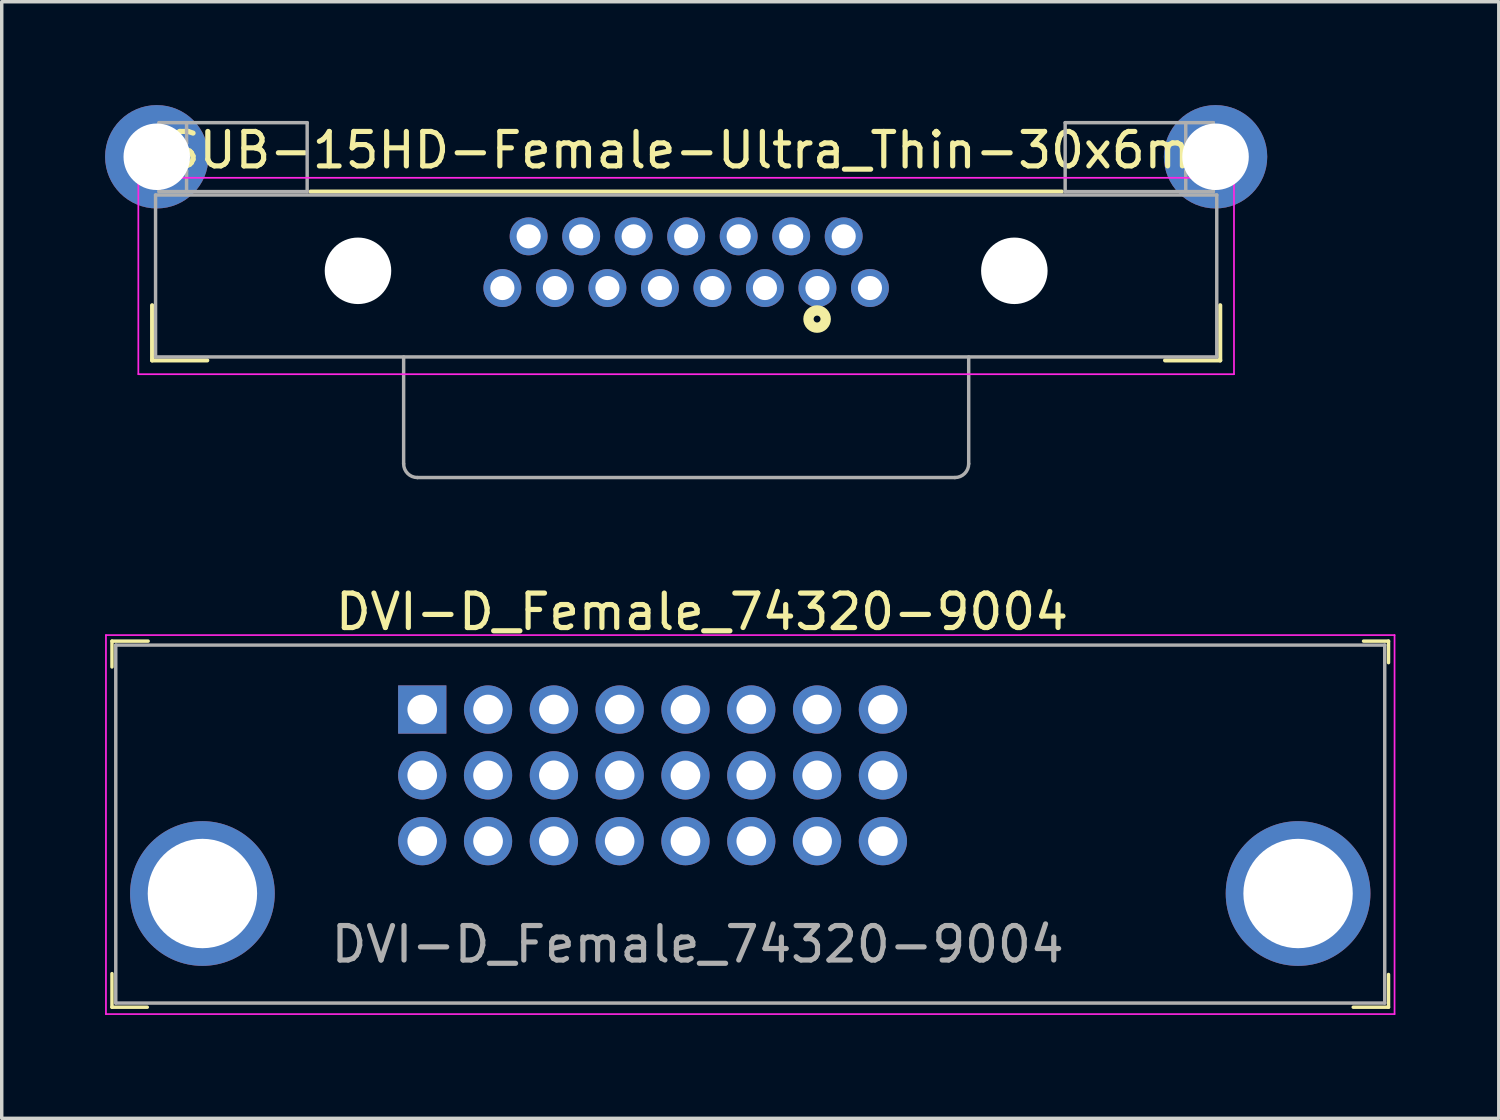
<source format=kicad_pcb>
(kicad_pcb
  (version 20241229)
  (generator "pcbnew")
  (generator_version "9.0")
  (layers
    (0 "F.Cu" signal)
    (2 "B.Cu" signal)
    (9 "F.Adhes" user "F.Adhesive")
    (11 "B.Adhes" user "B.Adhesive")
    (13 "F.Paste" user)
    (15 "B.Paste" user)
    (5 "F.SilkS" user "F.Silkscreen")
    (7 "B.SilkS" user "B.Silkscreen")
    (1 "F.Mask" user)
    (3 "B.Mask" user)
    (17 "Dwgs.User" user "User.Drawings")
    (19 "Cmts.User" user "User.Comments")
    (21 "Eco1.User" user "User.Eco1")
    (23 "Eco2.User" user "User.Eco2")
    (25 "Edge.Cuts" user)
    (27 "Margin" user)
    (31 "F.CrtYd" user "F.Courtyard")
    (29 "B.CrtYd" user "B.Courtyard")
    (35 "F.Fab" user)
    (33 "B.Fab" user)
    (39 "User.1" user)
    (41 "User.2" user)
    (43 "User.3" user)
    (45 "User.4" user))
  (footprint "DSUB-15HD-Female-Ultra_Thin-30x6mm"
    (layer "F.Cu")
    (at 16.865 4.81)
    (property "Reference" "DSUB-15HD-Female-Ultra_Thin-30x6mm" (at -0.05 -3.5 0) (layer "F.SilkS") (effects (font (size 1 1) (thickness 0.15))))
    (attr through_hole)
    (fp_line (start -15.5 2.6) (end -15.5 1) (stroke (width 0.12) (type solid)) (layer "F.SilkS"))
    (fp_line (start -13.9 2.6) (end -15.5 2.6) (stroke (width 0.12) (type solid)) (layer "F.SilkS"))
    (fp_line (start 10.9 -2.3) (end -10.9 -2.3) (stroke (width 0.12) (type solid)) (layer "F.SilkS"))
    (fp_line (start 13.9 2.6) (end 15.5 2.6) (stroke (width 0.12) (type solid)) (layer "F.SilkS"))
    (fp_line (start 15.5 2.6) (end 15.5 1) (stroke (width 0.12) (type solid)) (layer "F.SilkS"))
    (fp_circle (center 3.8 1.4) (end 3.9 1.4) (stroke (width 0.3) (type solid)) (fill no) (layer "F.SilkS"))
    (fp_line (start -15.9 -2.7) (end 15.9 -2.7) (stroke (width 0.05) (type solid)) (layer "F.CrtYd"))
    (fp_line (start -15.9 3) (end -15.9 -2.7) (stroke (width 0.05) (type solid)) (layer "F.CrtYd"))
    (fp_line (start -15.9 3) (end 15.9 3) (stroke (width 0.05) (type solid)) (layer "F.CrtYd"))
    (fp_line (start 15.9 3) (end 15.9 -2.7) (stroke (width 0.05) (type solid)) (layer "F.CrtYd"))
    (fp_line (start -16.2 -3.6) (end -16.2 -3) (stroke (width 0.1) (type solid)) (layer "F.Fab"))
    (fp_line (start -15.4 -2.2) (end 15.4 -2.2) (stroke (width 0.1) (type solid)) (layer "F.Fab"))
    (fp_line (start -15.4 2.5) (end -15.4 -2.2) (stroke (width 0.1) (type solid)) (layer "F.Fab"))
    (fp_line (start -15.4 2.5) (end 15.4 2.5) (stroke (width 0.1) (type solid)) (layer "F.Fab"))
    (fp_line (start -15.3 -4.3) (end -15.3 -2.3) (stroke (width 0.1) (type solid)) (layer "F.Fab"))
    (fp_line (start -15.3 -3.6) (end -16.2 -3.6) (stroke (width 0.1) (type solid)) (layer "F.Fab"))
    (fp_line (start -15.3 -3) (end -16.2 -3) (stroke (width 0.1) (type solid)) (layer "F.Fab"))
    (fp_line (start -15.3 -2.3) (end -11 -2.3) (stroke (width 0.1) (type solid)) (layer "F.Fab"))
    (fp_line (start -14.5 -4.3) (end -14.5 -3.7) (stroke (width 0.1) (type solid)) (layer "F.Fab"))
    (fp_line (start -14.5 -3.7) (end -15.3 -3.7) (stroke (width 0.1) (type solid)) (layer "F.Fab"))
    (fp_line (start -14.5 -2.9) (end -15.3 -2.9) (stroke (width 0.1) (type solid)) (layer "F.Fab"))
    (fp_line (start -14.5 -2.9) (end -14.5 -2.3) (stroke (width 0.1) (type solid)) (layer "F.Fab"))
    (fp_line (start -11 -4.3) (end -15.3 -4.3) (stroke (width 0.1) (type solid)) (layer "F.Fab"))
    (fp_line (start -11 -2.3) (end -11 -4.3) (stroke (width 0.1) (type solid)) (layer "F.Fab"))
    (fp_line (start -8.2 5.6) (end -8.2 2.5) (stroke (width 0.1) (type solid)) (layer "F.Fab"))
    (fp_line (start -7.8 6) (end 7.8 6) (stroke (width 0.1) (type solid)) (layer "F.Fab"))
    (fp_line (start 8.2 5.6) (end 8.2 2.5) (stroke (width 0.1) (type solid)) (layer "F.Fab"))
    (fp_line (start 11 -4.3) (end 11 -2.3) (stroke (width 0.1) (type solid)) (layer "F.Fab"))
    (fp_line (start 11 -2.3) (end 15.3 -2.3) (stroke (width 0.1) (type solid)) (layer "F.Fab"))
    (fp_line (start 14.5 -3.7) (end 14.5 -4.3) (stroke (width 0.1) (type solid)) (layer "F.Fab"))
    (fp_line (start 14.5 -3.7) (end 15.3 -3.7) (stroke (width 0.1) (type solid)) (layer "F.Fab"))
    (fp_line (start 14.5 -2.9) (end 15.3 -2.9) (stroke (width 0.1) (type solid)) (layer "F.Fab"))
    (fp_line (start 14.5 -2.3) (end 14.5 -2.9) (stroke (width 0.1) (type solid)) (layer "F.Fab"))
    (fp_line (start 15.3 -4.3) (end 11 -4.3) (stroke (width 0.1) (type solid)) (layer "F.Fab"))
    (fp_line (start 15.3 -3.6) (end 16.2 -3.6) (stroke (width 0.1) (type solid)) (layer "F.Fab"))
    (fp_line (start 15.3 -3) (end 16.2 -3) (stroke (width 0.1) (type solid)) (layer "F.Fab"))
    (fp_line (start 15.3 -2.3) (end 15.3 -4.3) (stroke (width 0.1) (type solid)) (layer "F.Fab"))
    (fp_line (start 15.4 2.5) (end 15.4 -2.2) (stroke (width 0.1) (type solid)) (layer "F.Fab"))
    (fp_line (start 16.2 -3) (end 16.2 -3.6) (stroke (width 0.1) (type solid)) (layer "F.Fab"))
    (fp_arc (start -7.8 6) (mid -8.082843 5.882843) (end -8.2 5.6) (stroke (width 0.1) (type solid)) (layer "F.Fab"))
    (fp_arc (start 8.2 5.6) (mid 8.082843 5.882843) (end 7.8 6) (stroke (width 0.1) (type solid)) (layer "F.Fab"))
    (pad "" np_thru_hole circle (at -9.525 0) (size 1.93 1.93) (drill 1.93) (layers "*.Cu" "*.Mask"))
    (pad "" np_thru_hole circle (at 9.525 0) (size 1.93 1.93) (drill 1.93) (layers "*.Cu" "*.Mask"))
    (pad "0" thru_hole circle (at -15.365 -3.31) (size 3 3) (drill 1.93) (layers "*.Cu" "*.Mask"))
    (pad "0" thru_hole circle (at 15.365 -3.31) (size 3 3) (drill 1.93) (layers "*.Cu" "*.Mask"))
    (pad "1" thru_hole circle (at 3.81 0.5) (size 1.1 1.1) (drill 0.7) (layers "*.Cu" "*.Mask"))
    (pad "2" thru_hole circle (at 1.524 -1) (size 1.1 1.1) (drill 0.7) (layers "*.Cu" "*.Mask"))
    (pad "3" thru_hole circle (at -0.762 0.5) (size 1.1 1.1) (drill 0.7) (layers "*.Cu" "*.Mask"))
    (pad "4" thru_hole circle (at -3.048 -1) (size 1.1 1.1) (drill 0.7) (layers "*.Cu" "*.Mask"))
    (pad "5" thru_hole circle (at -5.334 0.5) (size 1.1 1.1) (drill 0.7) (layers "*.Cu" "*.Mask"))
    (pad "6" thru_hole circle (at 5.334 0.5) (size 1.1 1.1) (drill 0.7) (layers "*.Cu" "*.Mask"))
    (pad "7" thru_hole circle (at 3.048 -1) (size 1.1 1.1) (drill 0.7) (layers "*.Cu" "*.Mask"))
    (pad "8" thru_hole circle (at 0.762 0.5) (size 1.1 1.1) (drill 0.7) (layers "*.Cu" "*.Mask"))
    (pad "9" thru_hole circle (at -1.524 -1) (size 1.1 1.1) (drill 0.7) (layers "*.Cu" "*.Mask"))
    (pad "10" thru_hole circle (at -3.81 0.5) (size 1.1 1.1) (drill 0.7) (layers "*.Cu" "*.Mask"))
    (pad "11" thru_hole circle (at 4.572 -1) (size 1.1 1.1) (drill 0.7) (layers "*.Cu" "*.Mask"))
    (pad "12" thru_hole circle (at 2.286 0.5) (size 1.1 1.1) (drill 0.7) (layers "*.Cu" "*.Mask"))
    (pad "13" thru_hole circle (at 0 -1) (size 1.1 1.1) (drill 0.7) (layers "*.Cu" "*.Mask"))
    (pad "14" thru_hole circle (at -2.286 0.5) (size 1.1 1.1) (drill 0.7) (layers "*.Cu" "*.Mask"))
    (pad "15" thru_hole circle (at -4.572 -1) (size 1.1 1.1) (drill 0.7) (layers "*.Cu" "*.Mask")))
  (footprint "DVI-D_Female_74320-9004"
    (layer "F.Cu")
    (at 2.825 22.883)
    (property "Reference" "DVI-D_Female_74320-9004" (at 14.5 -8.175 0) (layer "F.SilkS") (effects (font (size 1 1) (thickness 0.15))))
    (attr through_hole)
    (fp_line (start -2.625 -7.325) (end -2.625 -6.575) (stroke (width 0.1) (type solid)) (layer "F.SilkS"))
    (fp_line (start -2.625 2.325) (end -2.625 3.3) (stroke (width 0.1) (type solid)) (layer "F.SilkS"))
    (fp_line (start -2.625 3.3) (end -1.6 3.3) (stroke (width 0.1) (type solid)) (layer "F.SilkS"))
    (fp_line (start -1.575 -7.325) (end -2.625 -7.325) (stroke (width 0.1) (type solid)) (layer "F.SilkS"))
    (fp_line (start 33.7 -7.325) (end 34.425 -7.325) (stroke (width 0.1) (type solid)) (layer "F.SilkS"))
    (fp_line (start 34.425 -7.325) (end 34.425 -6.7) (stroke (width 0.1) (type solid)) (layer "F.SilkS"))
    (fp_line (start 34.425 2.35) (end 34.425 3.3) (stroke (width 0.1) (type solid)) (layer "F.SilkS"))
    (fp_line (start 34.425 3.3) (end 33.4 3.3) (stroke (width 0.1) (type solid)) (layer "F.SilkS"))
    (fp_line (start -2.8 -7.5) (end 34.6 -7.5) (stroke (width 0.05) (type solid)) (layer "F.CrtYd"))
    (fp_line (start -2.8 3.5) (end -2.8 -7.5) (stroke (width 0.05) (type solid)) (layer "F.CrtYd"))
    (fp_line (start -2.8 3.5) (end 34.6 3.5) (stroke (width 0.05) (type solid)) (layer "F.CrtYd"))
    (fp_line (start 34.6 3.5) (end 34.6 -7.5) (stroke (width 0.05) (type solid)) (layer "F.CrtYd"))
    (fp_line (start -2.515 -7.21) (end -2.515 3.18) (stroke (width 0.1) (type solid)) (layer "F.Fab"))
    (fp_line (start -2.515 -7.21) (end 34.315 -7.21) (stroke (width 0.1) (type solid)) (layer "F.Fab"))
    (fp_line (start -2.515 3.18) (end 34.315 3.18) (stroke (width 0.1) (type solid)) (layer "F.Fab"))
    (fp_line (start 34.315 -7.21) (end 34.315 3.18) (stroke (width 0.1) (type solid)) (layer "F.Fab"))
    (fp_text user "${REFERENCE}" (at 14.375 1.475 0) (layer "F.Fab") (effects (font (size 1 1) (thickness 0.15))))
    (pad "1" thru_hole rect (at 6.38 -5.34) (size 1.4 1.4) (drill 0.86) (layers "*.Cu" "*.Mask"))
    (pad "2" thru_hole circle (at 8.29 -5.34) (size 1.4 1.4) (drill 0.86) (layers "*.Cu" "*.Mask"))
    (pad "3" thru_hole circle (at 10.2 -5.34) (size 1.4 1.4) (drill 0.86) (layers "*.Cu" "*.Mask"))
    (pad "4" thru_hole circle (at 12.11 -5.34) (size 1.4 1.4) (drill 0.86) (layers "*.Cu" "*.Mask"))
    (pad "5" thru_hole circle (at 14.02 -5.34) (size 1.4 1.4) (drill 0.86) (layers "*.Cu" "*.Mask"))
    (pad "6" thru_hole circle (at 15.93 -5.34) (size 1.4 1.4) (drill 0.86) (layers "*.Cu" "*.Mask"))
    (pad "7" thru_hole circle (at 17.84 -5.34) (size 1.4 1.4) (drill 0.86) (layers "*.Cu" "*.Mask"))
    (pad "8" thru_hole circle (at 19.75 -5.34) (size 1.4 1.4) (drill 0.86) (layers "*.Cu" "*.Mask"))
    (pad "9" thru_hole circle (at 6.38 -3.43) (size 1.4 1.4) (drill 0.86) (layers "*.Cu" "*.Mask"))
    (pad "10" thru_hole circle (at 8.29 -3.43) (size 1.4 1.4) (drill 0.86) (layers "*.Cu" "*.Mask"))
    (pad "11" thru_hole circle (at 10.2 -3.43) (size 1.4 1.4) (drill 0.86) (layers "*.Cu" "*.Mask"))
    (pad "12" thru_hole circle (at 12.11 -3.43) (size 1.4 1.4) (drill 0.86) (layers "*.Cu" "*.Mask"))
    (pad "13" thru_hole circle (at 14.02 -3.43) (size 1.4 1.4) (drill 0.86) (layers "*.Cu" "*.Mask"))
    (pad "14" thru_hole circle (at 15.93 -3.43) (size 1.4 1.4) (drill 0.86) (layers "*.Cu" "*.Mask"))
    (pad "15" thru_hole circle (at 17.84 -3.43) (size 1.4 1.4) (drill 0.86) (layers "*.Cu" "*.Mask"))
    (pad "16" thru_hole circle (at 19.75 -3.43) (size 1.4 1.4) (drill 0.86) (layers "*.Cu" "*.Mask"))
    (pad "17" thru_hole circle (at 6.38 -1.52) (size 1.4 1.4) (drill 0.86) (layers "*.Cu" "*.Mask"))
    (pad "18" thru_hole circle (at 8.29 -1.52) (size 1.4 1.4) (drill 0.86) (layers "*.Cu" "*.Mask"))
    (pad "19" thru_hole circle (at 10.2 -1.52) (size 1.4 1.4) (drill 0.86) (layers "*.Cu" "*.Mask"))
    (pad "20" thru_hole circle (at 12.11 -1.52) (size 1.4 1.4) (drill 0.86) (layers "*.Cu" "*.Mask"))
    (pad "21" thru_hole circle (at 14.02 -1.52) (size 1.4 1.4) (drill 0.86) (layers "*.Cu" "*.Mask"))
    (pad "22" thru_hole circle (at 15.93 -1.52) (size 1.4 1.4) (drill 0.86) (layers "*.Cu" "*.Mask"))
    (pad "23" thru_hole circle (at 17.84 -1.52) (size 1.4 1.4) (drill 0.86) (layers "*.Cu" "*.Mask"))
    (pad "24" thru_hole circle (at 19.75 -1.52) (size 1.4 1.4) (drill 0.86) (layers "*.Cu" "*.Mask"))
    (pad "SH" thru_hole circle (at 0 0) (size 4.2 4.2) (drill 3.175) (layers "*.Cu" "*.Mask"))
    (pad "SH" thru_hole circle (at 31.8 0) (size 4.2 4.2) (drill 3.175) (layers "*.Cu" "*.Mask")))
  (gr_rect
    (start -3 -3)
    (end 40.45 29.408)
    (stroke (width 0.1) (type default))
    (fill no)
    (layer "Edge.Cuts")))
</source>
